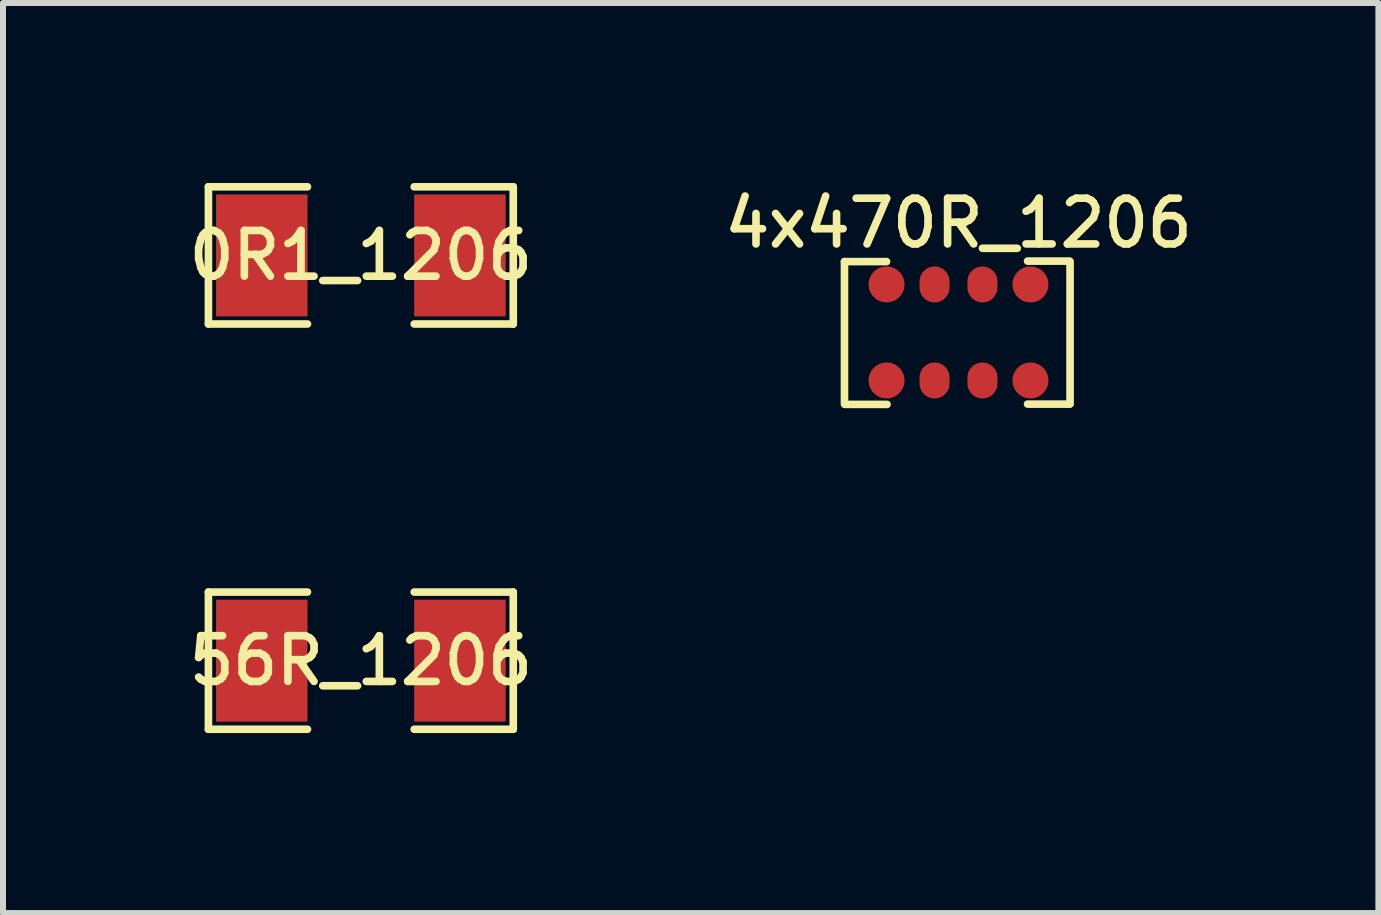
<source format=kicad_pcb>
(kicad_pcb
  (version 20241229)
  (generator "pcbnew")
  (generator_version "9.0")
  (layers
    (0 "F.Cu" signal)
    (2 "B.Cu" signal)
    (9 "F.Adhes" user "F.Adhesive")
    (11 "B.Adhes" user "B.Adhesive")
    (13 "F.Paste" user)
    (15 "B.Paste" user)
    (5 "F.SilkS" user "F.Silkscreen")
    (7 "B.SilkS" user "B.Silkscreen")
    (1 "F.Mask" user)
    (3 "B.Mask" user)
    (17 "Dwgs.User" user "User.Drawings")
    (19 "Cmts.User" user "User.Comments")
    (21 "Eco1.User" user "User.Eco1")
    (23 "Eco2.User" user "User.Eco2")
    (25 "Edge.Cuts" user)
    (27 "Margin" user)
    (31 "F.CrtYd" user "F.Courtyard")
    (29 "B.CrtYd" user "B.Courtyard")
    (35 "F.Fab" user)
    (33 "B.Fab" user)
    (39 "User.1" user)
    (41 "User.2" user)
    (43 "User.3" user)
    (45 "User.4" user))
  (footprint "0R1_1206"
    (layer "F.Cu")
    (at 2.963 1.206)
    (property "Reference" "0R1_1206" (at 0 0 0) (layer "F.SilkS") (effects (font (size 0.762 0.762) (thickness 0.127))))
    (attr smd)
    (fp_line (start -2.54 -1.143) (end -2.54 1.143) (stroke (width 0.127) (type solid)) (layer "F.SilkS"))
    (fp_line (start -2.54 1.143) (end -0.889 1.143) (stroke (width 0.127) (type solid)) (layer "F.SilkS"))
    (fp_line (start -0.889 -1.143) (end -2.54 -1.143) (stroke (width 0.127) (type solid)) (layer "F.SilkS"))
    (fp_line (start 0.889 -1.143) (end 2.54 -1.143) (stroke (width 0.127) (type solid)) (layer "F.SilkS"))
    (fp_line (start 2.54 -1.143) (end 2.54 1.143) (stroke (width 0.127) (type solid)) (layer "F.SilkS"))
    (fp_line (start 2.54 1.143) (end 0.889 1.143) (stroke (width 0.127) (type solid)) (layer "F.SilkS"))
    (pad "1" smd rect (at -1.651 0) (size 1.524 2.032) (layers "F.Cu" "F.Mask" "F.Paste"))
    (pad "2" smd rect (at 1.651 0) (size 1.524 2.032) (layers "F.Cu" "F.Mask" "F.Paste")))
  (footprint "4x470R_1206"
    (layer "F.Cu")
    (at 12.922 2.49)
    (property "Reference" "4x470R_1206" (at 0 -1.821 0) (layer "F.SilkS") (effects (font (size 0.762 0.762) (thickness 0.127))))
    (attr smd)
    (fp_line (start -1.9 -1.181) (end -1.9 1.191) (stroke (width 0.127) (type solid)) (layer "F.SilkS"))
    (fp_line (start -1.199 -1.181) (end -1.9 -1.181) (stroke (width 0.127) (type solid)) (layer "F.SilkS"))
    (fp_line (start -1.191 1.199) (end -1.892 1.199) (stroke (width 0.127) (type solid)) (layer "F.SilkS"))
    (fp_line (start 1.852 -1.189) (end 1.151 -1.189) (stroke (width 0.127) (type solid)) (layer "F.SilkS"))
    (fp_line (start 1.852 1.194) (end 1.151 1.194) (stroke (width 0.127) (type solid)) (layer "F.SilkS"))
    (fp_line (start 1.859 -1.181) (end 1.859 1.191) (stroke (width 0.127) (type solid)) (layer "F.SilkS"))
    (pad "1" smd oval (at -1.199 -0.8) (size 0.599 0.599) (layers "F.Cu" "F.Mask" "F.Paste"))
    (pad "2" smd oval (at -1.199 0.8) (size 0.599 0.599) (layers "F.Cu" "F.Mask" "F.Paste"))
    (pad "3" smd oval (at -0.399 -0.8) (size 0.5 0.599) (layers "F.Cu" "F.Mask" "F.Paste"))
    (pad "4" smd oval (at -0.399 0.8) (size 0.5 0.599) (layers "F.Cu" "F.Mask" "F.Paste"))
    (pad "5" smd oval (at 0.399 -0.8) (size 0.5 0.599) (layers "F.Cu" "F.Mask" "F.Paste"))
    (pad "6" smd oval (at 0.399 0.8) (size 0.5 0.599) (layers "F.Cu" "F.Mask" "F.Paste"))
    (pad "7" smd oval (at 1.199 -0.8) (size 0.599 0.599) (layers "F.Cu" "F.Mask" "F.Paste"))
    (pad "8" smd oval (at 1.199 0.8) (size 0.599 0.599) (layers "F.Cu" "F.Mask" "F.Paste")))
  (footprint "56R_1206"
    (layer "F.Cu")
    (at 2.963 7.959)
    (property "Reference" "56R_1206" (at 0 0 0) (layer "F.SilkS") (effects (font (size 0.762 0.762) (thickness 0.127))))
    (attr smd)
    (fp_line (start -2.54 -1.143) (end -2.54 1.143) (stroke (width 0.127) (type solid)) (layer "F.SilkS"))
    (fp_line (start -2.54 1.143) (end -0.889 1.143) (stroke (width 0.127) (type solid)) (layer "F.SilkS"))
    (fp_line (start -0.889 -1.143) (end -2.54 -1.143) (stroke (width 0.127) (type solid)) (layer "F.SilkS"))
    (fp_line (start 0.889 -1.143) (end 2.54 -1.143) (stroke (width 0.127) (type solid)) (layer "F.SilkS"))
    (fp_line (start 2.54 -1.143) (end 2.54 1.143) (stroke (width 0.127) (type solid)) (layer "F.SilkS"))
    (fp_line (start 2.54 1.143) (end 0.889 1.143) (stroke (width 0.127) (type solid)) (layer "F.SilkS"))
    (pad "1" smd rect (at -1.651 0) (size 1.524 2.032) (layers "F.Cu" "F.Mask" "F.Paste"))
    (pad "2" smd rect (at 1.651 0) (size 1.524 2.032) (layers "F.Cu" "F.Mask" "F.Paste")))
  (gr_rect
    (start -3 -3)
    (end 19.919 12.165)
    (stroke (width 0.1) (type default))
    (fill no)
    (layer "Edge.Cuts")))
</source>
